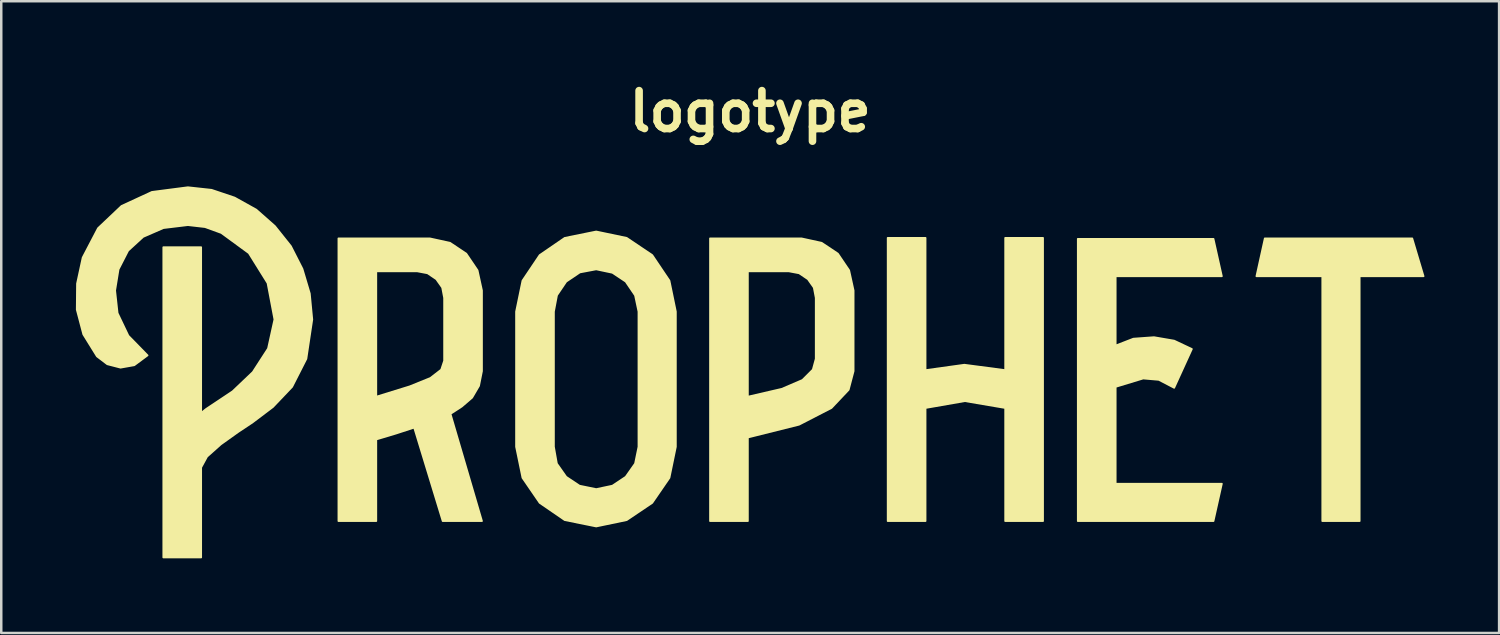
<source format=kicad_pcb>
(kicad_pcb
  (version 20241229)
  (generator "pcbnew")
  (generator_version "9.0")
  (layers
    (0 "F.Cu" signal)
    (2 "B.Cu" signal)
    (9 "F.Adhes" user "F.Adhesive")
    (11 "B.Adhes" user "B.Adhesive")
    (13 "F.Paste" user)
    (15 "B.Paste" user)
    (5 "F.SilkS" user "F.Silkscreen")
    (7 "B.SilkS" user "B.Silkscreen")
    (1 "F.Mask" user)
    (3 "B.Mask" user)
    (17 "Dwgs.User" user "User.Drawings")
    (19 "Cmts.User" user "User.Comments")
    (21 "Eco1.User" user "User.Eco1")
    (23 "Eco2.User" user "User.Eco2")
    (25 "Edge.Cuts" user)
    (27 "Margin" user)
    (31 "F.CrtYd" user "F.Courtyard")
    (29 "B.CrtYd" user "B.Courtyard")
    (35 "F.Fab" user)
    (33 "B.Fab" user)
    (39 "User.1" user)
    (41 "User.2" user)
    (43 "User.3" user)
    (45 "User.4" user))
  (footprint "logotype"
    (layer "F.Cu")
    (at 27.094 11.912)
    (property "Reference" "logotype" (at 0 -10.486 0) (layer "F.SilkS") (effects (font (size 1.524 1.524) (thickness 0.305))))
    (attr smd)
    (fp_poly (pts (xy 27.059 -3.862) (xy 24.491 -3.862) (xy 24.491 5.976) (xy 22.989 5.976) (xy 22.989 -3.862) (xy 20.342 -3.862) (xy 20.678 -5.383) (xy 26.605 -5.383) (xy 27.059 -3.862)) (stroke (width 0.07) (type solid)) (fill yes) (layer "F.SilkS"))
    (fp_poly (pts (xy 11.768 -5.403) (xy 11.768 5.976) (xy 10.247 5.976) (xy 10.247 1.432) (xy 8.627 1.156) (xy 7.047 1.432) (xy 7.047 5.976) (xy 5.526 5.976) (xy 5.526 -5.403) (xy 7.047 -5.403) (xy 7.047 -0.089) (xy 8.607 -0.306) (xy 10.247 -0.089) (xy 10.247 -5.403) (xy 11.768 -5.403)) (stroke (width 0.07) (type solid)) (fill yes) (layer "F.SilkS"))
    (fp_poly (pts (xy 14.687 -3.862) (xy 14.687 -1.077) (xy 15.398 -1.353) (xy 16.227 -1.413) (xy 17.037 -1.274) (xy 17.749 -0.938) (xy 17.037 0.622) (xy 16.42 0.301) (xy 15.793 0.247) (xy 14.687 0.583) (xy 14.687 4.475) (xy 18.954 4.475) (xy 18.618 5.976) (xy 13.165 5.976) (xy 13.165 5.956) (xy 13.165 -5.364) (xy 18.618 -5.364) (xy 18.954 -3.862) (xy 14.687 -3.862)) (stroke (width 0.07) (type solid)) (fill yes) (layer "F.SilkS"))
    (fp_poly (pts (xy 2.062 -5.383) (xy 2.556 -3.408) (xy 2.319 -3.744) (xy 1.968 -3.981) (xy 1.548 -4.06) (xy -0.092 -4.06) (xy -0.092 0.978) (xy 1.272 0.662) (xy 2.101 0.306) (xy 2.516 -0.109) (xy 2.635 -0.543) (xy 2.635 -2.993) (xy 2.556 -3.408) (xy 2.062 -5.383) (xy 2.872 -5.206) (xy 3.524 -4.771) (xy 3.978 -4.099) (xy 4.156 -3.289) (xy 4.156 -0.049) (xy 3.958 0.701) (xy 3.267 1.432) (xy 1.963 2.104) (xy -0.092 2.618) (xy -0.092 5.976) (xy -1.613 5.976) (xy -1.613 -5.383) (xy 2.062 -5.383)) (stroke (width 0.07) (type solid)) (fill yes) (layer "F.SilkS"))
    (fp_poly (pts (xy -12.871 -5.383) (xy -12.377 -3.408) (xy -12.614 -3.744) (xy -12.964 -3.981) (xy -13.384 -4.06) (xy -15.024 -4.06) (xy -15.024 0.978) (xy -13.681 0.563) (xy -12.851 0.227) (xy -12.416 -0.109) (xy -12.298 -0.464) (xy -12.298 -1.177) (xy -12.298 -2.993) (xy -12.298 -2.993) (xy -12.377 -3.408) (xy -12.871 -5.383) (xy -12.061 -5.206) (xy -11.409 -4.771) (xy -10.954 -4.099) (xy -10.777 -3.289) (xy -10.777 -0.049) (xy -10.895 0.543) (xy -11.172 1.017) (xy -11.586 1.373) (xy -12.041 1.669) (xy -10.777 5.976) (xy -12.357 5.976) (xy -13.503 2.222) (xy -14.234 2.46) (xy -15.024 2.697) (xy -15.024 5.976) (xy -16.545 5.976) (xy -16.545 -5.383) (xy -12.871 -5.383)) (stroke (width 0.07) (type solid)) (fill yes) (layer "F.SilkS"))
    (fp_poly (pts (xy -6.187 6.193) (xy -7.767 3.665) (xy -7.392 4.198) (xy -6.858 4.554) (xy -6.187 4.692) (xy -5.535 4.554) (xy -5.001 4.198) (xy -4.626 3.665) (xy -4.488 2.993) (xy -4.488 -2.44) (xy -4.626 -3.092) (xy -5.001 -3.645) (xy -5.535 -4.001) (xy -6.187 -4.139) (xy -6.844 -4.015) (xy -7.392 -3.645) (xy -7.762 -3.097) (xy -7.886 -2.44) (xy -7.886 2.993) (xy -7.767 3.665) (xy -6.187 6.193) (xy -7.451 5.937) (xy -8.459 5.245) (xy -9.15 4.238) (xy -9.407 2.993) (xy -9.407 -2.44) (xy -9.15 -3.684) (xy -8.459 -4.712) (xy -7.451 -5.403) (xy -6.187 -5.66) (xy -4.962 -5.403) (xy -3.935 -4.712) (xy -3.243 -3.684) (xy -2.986 -2.44) (xy -2.986 2.993) (xy -3.243 4.238) (xy -3.935 5.245) (xy -4.962 5.937) (xy -6.187 6.193)) (stroke (width 0.07) (type solid)) (fill yes) (layer "F.SilkS"))
    (fp_poly (pts (xy -19.098 -5.877) (xy -18.456 -5.072) (xy -17.991 -4.159) (xy -17.695 -3.166) (xy -17.596 -2.124) (xy -17.833 -0.543) (xy -18.406 0.583) (xy -19.177 1.393) (xy -19.987 2.005) (xy -20.579 2.4) (xy -21.271 2.894) (xy -21.824 3.388) (xy -22.061 3.823) (xy -22.061 7.438) (xy -23.582 7.438) (xy -23.582 -4.494) (xy -23.582 -5.028) (xy -22.061 -5.028) (xy -22.061 -4.534) (xy -22.061 1.63) (xy -21.863 1.472) (xy -21.626 1.314) (xy -20.797 0.761) (xy -19.987 -0.01) (xy -19.374 -0.958) (xy -19.117 -2.124) (xy -19.394 -3.586) (xy -20.145 -4.791) (xy -21.251 -5.601) (xy -21.903 -5.838) (xy -22.594 -5.917) (xy -23.577 -5.798) (xy -24.392 -5.443) (xy -24.995 -4.89) (xy -25.38 -4.139) (xy -25.518 -3.289) (xy -25.419 -2.381) (xy -24.985 -1.472) (xy -24.214 -0.682) (xy -24.748 -0.286) (xy -25.301 -0.188) (xy -25.834 -0.326) (xy -26.249 -0.642) (xy -26.797 -1.526) (xy -27.059 -2.519) (xy -27.049 -3.566) (xy -26.822 -4.613) (xy -26.205 -5.793) (xy -25.261 -6.687) (xy -24.041 -7.25) (xy -22.594 -7.438) (xy -21.641 -7.334) (xy -20.718 -7.023) (xy -19.848 -6.539) (xy -19.098 -5.877) (xy -19.098 -5.877)) (stroke (width 0.07) (type solid)) (fill yes) (layer "F.SilkS")))
  (gr_rect
    (start -3 -3)
    (end 57.188 22.385)
    (stroke (width 0.1) (type default))
    (fill no)
    (layer "Edge.Cuts")))
</source>
